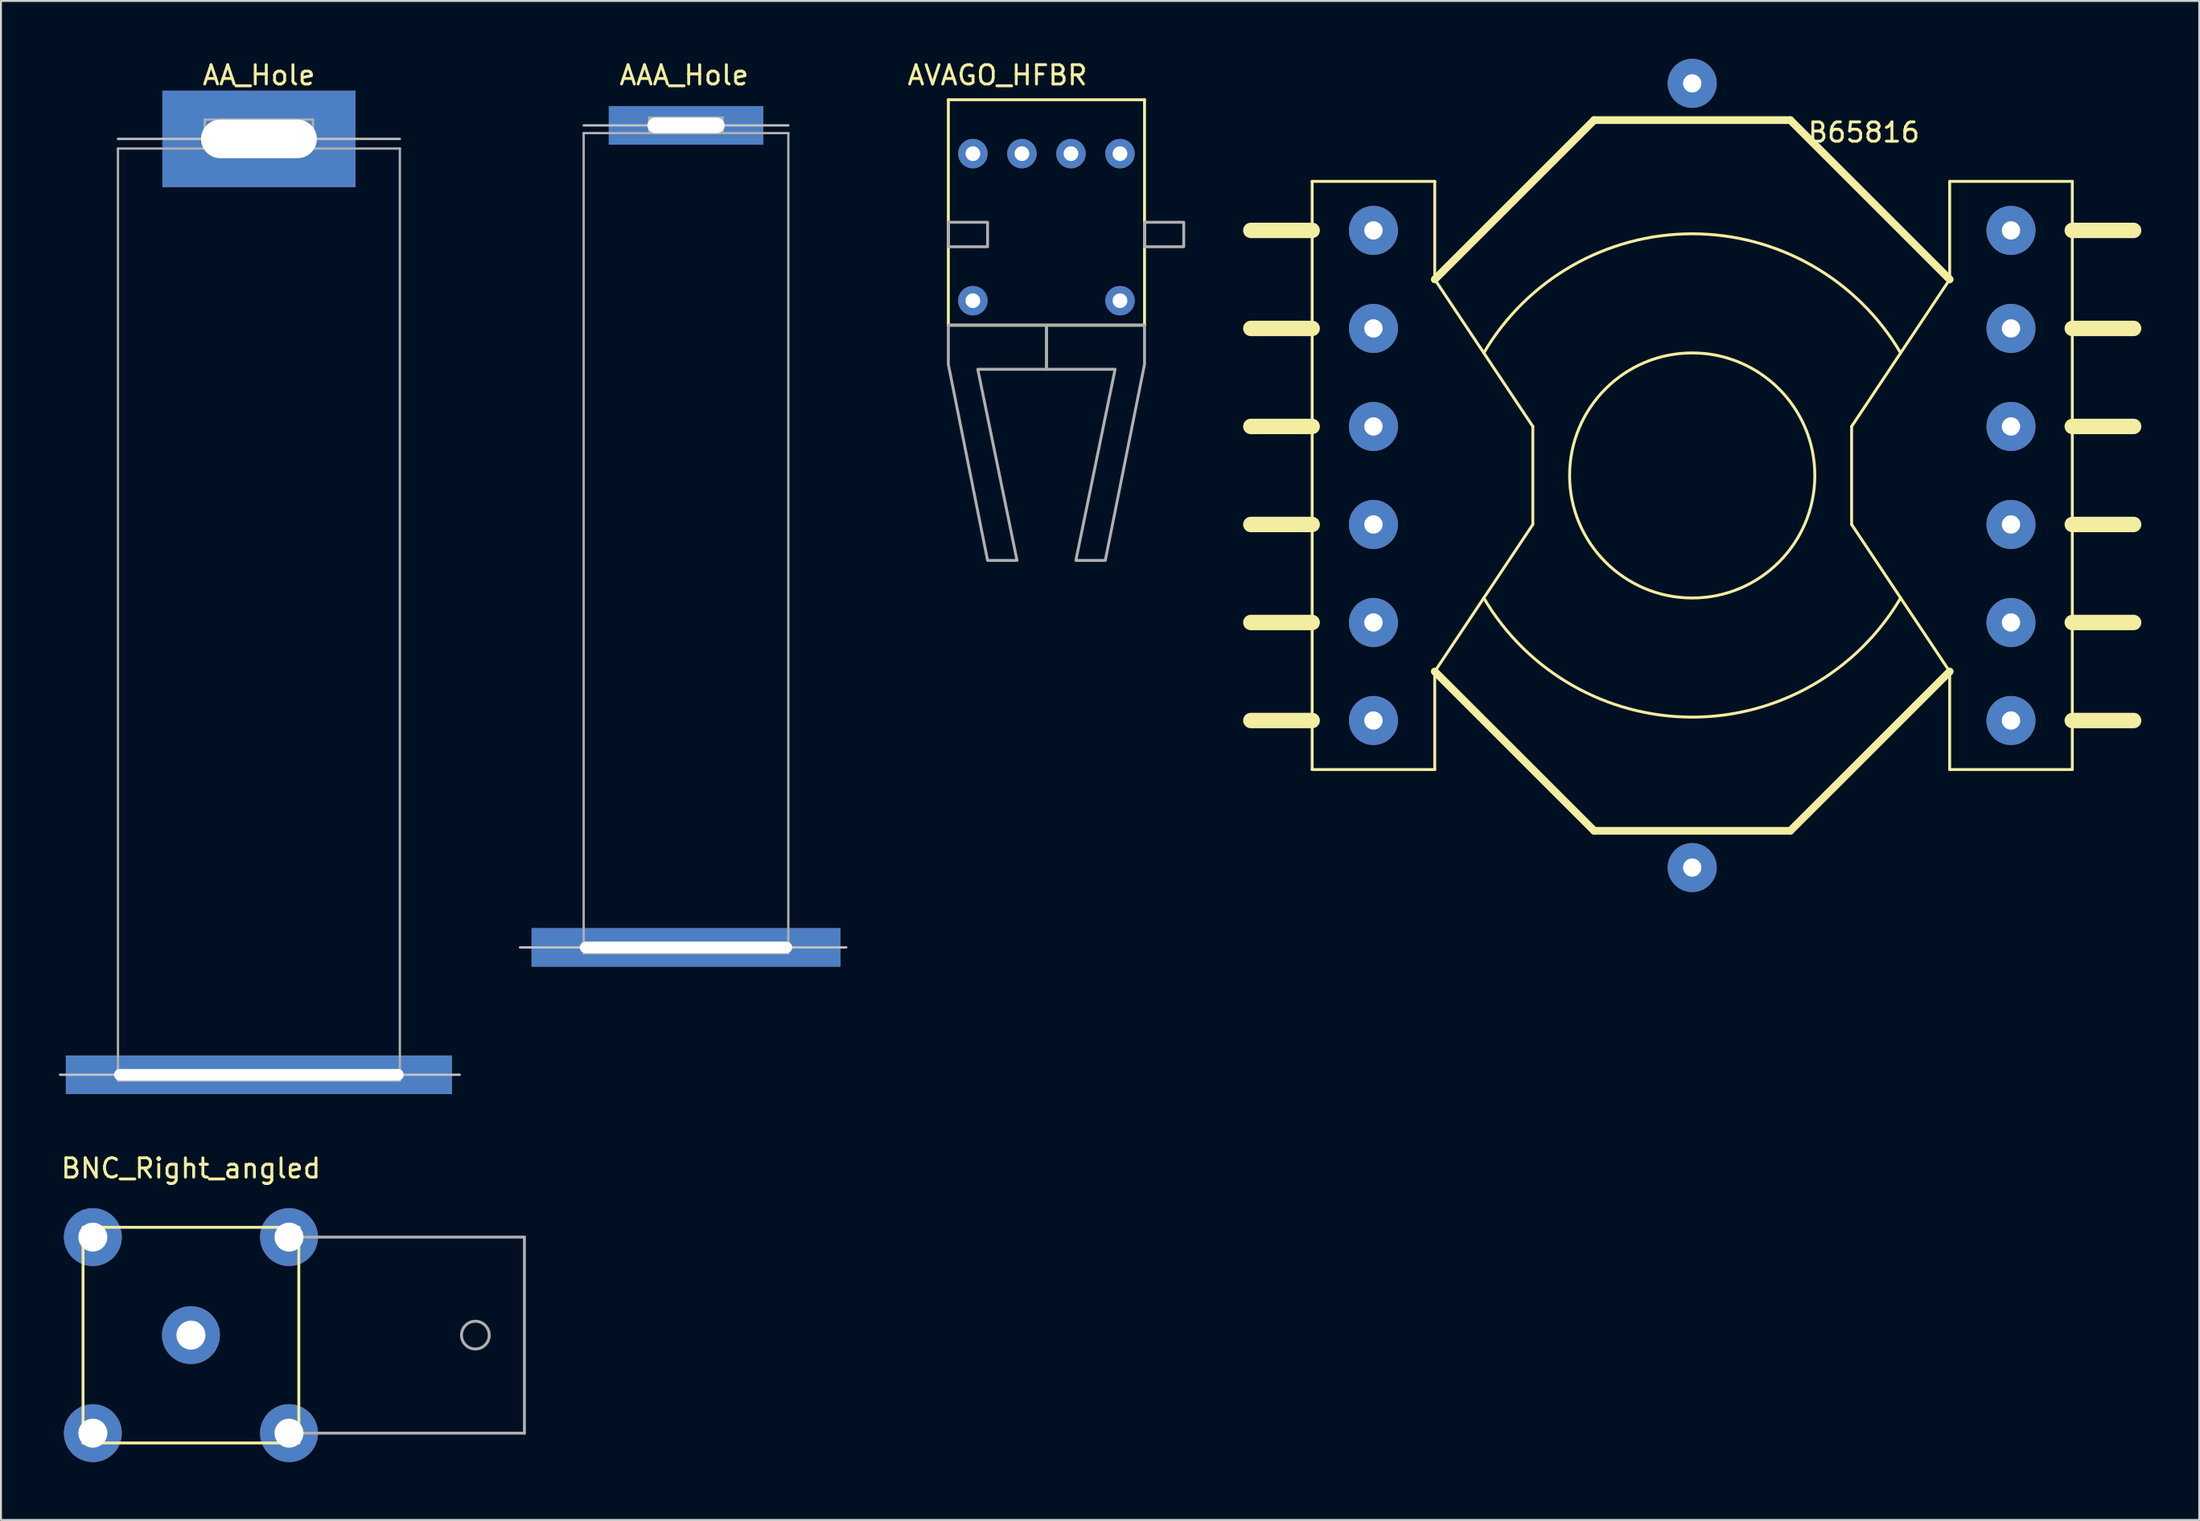
<source format=kicad_pcb>
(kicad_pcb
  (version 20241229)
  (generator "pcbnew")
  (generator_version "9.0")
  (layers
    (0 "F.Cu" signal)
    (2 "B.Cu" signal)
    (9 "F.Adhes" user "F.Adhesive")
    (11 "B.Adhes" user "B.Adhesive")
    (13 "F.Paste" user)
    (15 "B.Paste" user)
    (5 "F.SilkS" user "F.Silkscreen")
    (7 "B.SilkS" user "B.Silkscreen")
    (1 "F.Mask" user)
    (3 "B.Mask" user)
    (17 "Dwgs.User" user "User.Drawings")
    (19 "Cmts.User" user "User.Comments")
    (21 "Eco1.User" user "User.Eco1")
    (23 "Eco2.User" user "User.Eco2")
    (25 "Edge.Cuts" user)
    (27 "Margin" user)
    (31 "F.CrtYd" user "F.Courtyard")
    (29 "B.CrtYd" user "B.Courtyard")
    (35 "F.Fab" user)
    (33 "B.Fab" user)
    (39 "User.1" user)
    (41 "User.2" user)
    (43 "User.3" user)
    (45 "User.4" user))
  (footprint "AA_Hole"
    (layer "F.Cu")
    (at 10.36 4.148)
    (property "Reference" "AA_Hole" (at 0 -3.3 0) (layer "F.SilkS") (effects (font (size 1 1) (thickness 0.15))))
    (attr through_hole)
    (fp_line (start 7.3 0) (end -7.3 0) (stroke (width 0.12) (type solid)) (layer "Dwgs.User"))
    (fp_line (start 10.4 48.5) (end -10.3 48.5) (stroke (width 0.12) (type solid)) (layer "Dwgs.User"))
    (fp_line (start -7.3 0.5) (end 7.3 0.5) (stroke (width 0.12) (type solid)) (layer "F.Fab"))
    (fp_line (start -7.3 48.8) (end -7.3 0.5) (stroke (width 0.12) (type solid)) (layer "F.Fab"))
    (fp_line (start -2.8 -1) (end -2.8 0.5) (stroke (width 0.12) (type solid)) (layer "F.Fab"))
    (fp_line (start -2.8 -1) (end 2.8 -1) (stroke (width 0.12) (type solid)) (layer "F.Fab"))
    (fp_line (start 2.8 0.5) (end 2.8 -1) (stroke (width 0.12) (type solid)) (layer "F.Fab"))
    (fp_line (start 7.3 0.5) (end 7.3 48.8) (stroke (width 0.12) (type solid)) (layer "F.Fab"))
    (fp_line (start 7.3 48.8) (end -7.3 48.8) (stroke (width 0.12) (type solid)) (layer "F.Fab"))
    (pad "1" thru_hole rect (at 0 0) (size 10 5) (drill oval 6 2) (layers "*.Cu" "F.Mask"))
    (pad "2" thru_hole rect (at 0 48.5) (size 20 2) (drill oval 15 0.6) (layers "*.Cu")))
  (footprint "B65816"
    (layer "F.Cu")
    (at 84.595 21.59)
    (property "Reference" "B65816" (at 8.89 -17.78 0) (layer "F.SilkS") (effects (font (size 1 1) (thickness 0.15))))
    (attr through_hole)
    (fp_line (start -19.685 -15.24) (end -13.335 -15.24) (stroke (width 0.15) (type solid)) (layer "F.SilkS"))
    (fp_line (start -19.685 -12.7) (end -22.86 -12.7) (stroke (width 0.8) (type solid)) (layer "F.SilkS"))
    (fp_line (start -19.685 -7.62) (end -22.86 -7.62) (stroke (width 0.8) (type solid)) (layer "F.SilkS"))
    (fp_line (start -19.685 -2.54) (end -22.86 -2.54) (stroke (width 0.8) (type solid)) (layer "F.SilkS"))
    (fp_line (start -19.685 2.54) (end -22.86 2.54) (stroke (width 0.8) (type solid)) (layer "F.SilkS"))
    (fp_line (start -19.685 7.62) (end -22.86 7.62) (stroke (width 0.8) (type solid)) (layer "F.SilkS"))
    (fp_line (start -19.685 12.7) (end -22.86 12.7) (stroke (width 0.8) (type solid)) (layer "F.SilkS"))
    (fp_line (start -19.685 15.24) (end -19.685 -15.24) (stroke (width 0.15) (type solid)) (layer "F.SilkS"))
    (fp_line (start -13.335 -15.24) (end -13.335 -10.16) (stroke (width 0.15) (type solid)) (layer "F.SilkS"))
    (fp_line (start -13.335 -10.16) (end -8.255 -2.54) (stroke (width 0.15) (type solid)) (layer "F.SilkS"))
    (fp_line (start -13.335 -10.16) (end -5.08 -18.415) (stroke (width 0.4) (type solid)) (layer "F.SilkS"))
    (fp_line (start -13.335 10.16) (end -13.335 15.24) (stroke (width 0.15) (type solid)) (layer "F.SilkS"))
    (fp_line (start -13.335 15.24) (end -19.685 15.24) (stroke (width 0.15) (type solid)) (layer "F.SilkS"))
    (fp_line (start -8.255 -2.54) (end -8.255 2.54) (stroke (width 0.15) (type solid)) (layer "F.SilkS"))
    (fp_line (start -8.255 2.54) (end -13.335 10.16) (stroke (width 0.15) (type solid)) (layer "F.SilkS"))
    (fp_line (start -5.08 -18.415) (end 5.08 -18.415) (stroke (width 0.4) (type solid)) (layer "F.SilkS"))
    (fp_line (start -5.08 18.415) (end -13.335 10.16) (stroke (width 0.4) (type solid)) (layer "F.SilkS"))
    (fp_line (start 5.08 -18.415) (end 13.335 -10.16) (stroke (width 0.4) (type solid)) (layer "F.SilkS"))
    (fp_line (start 5.08 18.415) (end -5.08 18.415) (stroke (width 0.4) (type solid)) (layer "F.SilkS"))
    (fp_line (start 8.255 -2.54) (end 13.335 -10.16) (stroke (width 0.15) (type solid)) (layer "F.SilkS"))
    (fp_line (start 8.255 2.54) (end 8.255 -2.54) (stroke (width 0.15) (type solid)) (layer "F.SilkS"))
    (fp_line (start 13.335 -15.24) (end 19.685 -15.24) (stroke (width 0.15) (type solid)) (layer "F.SilkS"))
    (fp_line (start 13.335 -10.16) (end 13.335 -15.24) (stroke (width 0.15) (type solid)) (layer "F.SilkS"))
    (fp_line (start 13.335 10.16) (end 5.08 18.415) (stroke (width 0.4) (type solid)) (layer "F.SilkS"))
    (fp_line (start 13.335 10.16) (end 8.255 2.54) (stroke (width 0.15) (type solid)) (layer "F.SilkS"))
    (fp_line (start 13.335 15.24) (end 13.335 10.16) (stroke (width 0.15) (type solid)) (layer "F.SilkS"))
    (fp_line (start 19.685 -15.24) (end 19.685 15.24) (stroke (width 0.15) (type solid)) (layer "F.SilkS"))
    (fp_line (start 19.685 -12.7) (end 22.86 -12.7) (stroke (width 0.8) (type solid)) (layer "F.SilkS"))
    (fp_line (start 19.685 -7.62) (end 22.86 -7.62) (stroke (width 0.8) (type solid)) (layer "F.SilkS"))
    (fp_line (start 19.685 -2.54) (end 22.86 -2.54) (stroke (width 0.8) (type solid)) (layer "F.SilkS"))
    (fp_line (start 19.685 2.54) (end 22.86 2.54) (stroke (width 0.8) (type solid)) (layer "F.SilkS"))
    (fp_line (start 19.685 7.62) (end 22.86 7.62) (stroke (width 0.8) (type solid)) (layer "F.SilkS"))
    (fp_line (start 19.685 12.7) (end 22.86 12.7) (stroke (width 0.8) (type solid)) (layer "F.SilkS"))
    (fp_line (start 19.685 15.24) (end 13.335 15.24) (stroke (width 0.15) (type solid)) (layer "F.SilkS"))
    (fp_arc (start -10.794999 -6.35) (mid 0 -12.524157) (end 10.794999 -6.349999) (stroke (width 0.15) (type solid)) (layer "F.SilkS"))
    (fp_arc (start 10.794999 6.35) (mid 0 12.524157) (end -10.794999 6.349999) (stroke (width 0.15) (type solid)) (layer "F.SilkS"))
    (fp_circle (center 0 0) (end 6.35 0) (stroke (width 0.15) (type solid)) (fill no) (layer "F.SilkS"))
    (pad "1" thru_hole circle (at 16.51 12.7) (size 2.54 2.54) (drill 0.95) (layers "*.Cu" "*.Mask"))
    (pad "2" thru_hole circle (at 16.51 7.62) (size 2.54 2.54) (drill 0.95) (layers "*.Cu" "*.Mask"))
    (pad "3" thru_hole circle (at 16.51 2.54) (size 2.54 2.54) (drill 0.95) (layers "*.Cu" "*.Mask"))
    (pad "4" thru_hole circle (at 16.51 -2.54) (size 2.54 2.54) (drill 0.95) (layers "*.Cu" "*.Mask"))
    (pad "5" thru_hole circle (at 16.51 -7.62) (size 2.54 2.54) (drill 0.95) (layers "*.Cu" "*.Mask"))
    (pad "6" thru_hole circle (at 16.51 -12.7) (size 2.54 2.54) (drill 0.95) (layers "*.Cu" "*.Mask"))
    (pad "7" thru_hole circle (at -16.51 -12.7) (size 2.54 2.54) (drill 0.95) (layers "*.Cu" "*.Mask"))
    (pad "8" thru_hole circle (at -16.51 -7.62) (size 2.54 2.54) (drill 0.95) (layers "*.Cu" "*.Mask"))
    (pad "9" thru_hole circle (at -16.51 -2.54) (size 2.54 2.54) (drill 0.95) (layers "*.Cu" "*.Mask"))
    (pad "10" thru_hole circle (at -16.51 2.54) (size 2.54 2.54) (drill 0.95) (layers "*.Cu" "*.Mask"))
    (pad "11" thru_hole circle (at -16.51 7.62) (size 2.54 2.54) (drill 0.95) (layers "*.Cu" "*.Mask"))
    (pad "12" thru_hole circle (at -16.51 12.7) (size 2.54 2.54) (drill 0.95) (layers "*.Cu" "*.Mask"))
    (pad "M" thru_hole circle (at 0 -20.32) (size 2.54 2.54) (drill 0.95) (layers "*.Cu" "*.Mask"))
    (pad "M" thru_hole circle (at 0 20.32) (size 2.54 2.54) (drill 0.95) (layers "*.Cu" "*.Mask")))
  (footprint "AVAGO_HFBR"
    (layer "F.Cu")
    (at 51.148 8.722)
    (property "Reference" "AVAGO_HFBR" (at -2.54 -7.874 0) (layer "F.SilkS") (effects (font (size 1 1) (thickness 0.15))))
    (attr through_hole)
    (fp_line (start -5.08 -6.604) (end -5.08 5.08) (stroke (width 0.15) (type solid)) (layer "F.SilkS"))
    (fp_line (start -5.08 5.08) (end 5.08 5.08) (stroke (width 0.15) (type solid)) (layer "F.SilkS"))
    (fp_line (start 5.08 -6.604) (end -5.08 -6.604) (stroke (width 0.15) (type solid)) (layer "F.SilkS"))
    (fp_line (start 5.08 5.08) (end 5.08 -6.604) (stroke (width 0.15) (type solid)) (layer "F.SilkS"))
    (fp_poly (pts (xy -5.08 -0.254) (xy -3.048 -0.254) (xy -3.048 1.016) (xy -5.08 1.016)) (stroke (width 0.15) (type solid)) (fill no) (layer "F.Fab"))
    (fp_poly (pts (xy 5.08 -0.254) (xy 7.112 -0.254) (xy 7.112 1.016) (xy 5.08 1.016)) (stroke (width 0.15) (type solid)) (fill no) (layer "F.Fab"))
    (fp_poly (pts (xy -5.08 5.08) (xy -5.08 7.112) (xy -3.048 17.272) (xy -1.524 17.272) (xy -3.556 7.366) (xy 0 7.366) (xy 0 5.08)) (stroke (width 0.15) (type solid)) (fill no) (layer "F.Fab"))
    (fp_poly (pts (xy 5.08 5.08) (xy 5.08 7.112) (xy 3.048 17.272) (xy 1.524 17.272) (xy 3.556 7.366) (xy 0 7.366) (xy 0 5.08)) (stroke (width 0.15) (type solid)) (fill no) (layer "F.Fab"))
    (pad "1" thru_hole circle (at 3.81 -3.81) (size 1.524 1.524) (drill 0.762) (layers "*.Cu" "*.Mask"))
    (pad "2" thru_hole circle (at 1.27 -3.81) (size 1.524 1.524) (drill 0.762) (layers "*.Cu" "*.Mask"))
    (pad "3" thru_hole circle (at -1.27 -3.81) (size 1.524 1.524) (drill 0.762) (layers "*.Cu" "*.Mask"))
    (pad "4" thru_hole circle (at -3.81 -3.81) (size 1.524 1.524) (drill 0.762) (layers "*.Cu" "*.Mask"))
    (pad "5" thru_hole circle (at -3.81 3.81) (size 1.524 1.524) (drill 0.762) (layers "*.Cu" "*.Mask"))
    (pad "8" thru_hole circle (at 3.81 3.81) (size 1.524 1.524) (drill 0.762) (layers "*.Cu" "*.Mask")))
  (footprint "AAA_Hole"
    (layer "F.Cu")
    (at 32.48 3.448)
    (property "Reference" "AAA_Hole" (at -0.1 -2.6 0) (layer "F.SilkS") (effects (font (size 1 1) (thickness 0.15))))
    (attr through_hole)
    (fp_line (start -5.3 0) (end 5.3 0) (stroke (width 0.12) (type solid)) (layer "Dwgs.User"))
    (fp_line (start 8.3 42.6) (end -8.6 42.6) (stroke (width 0.12) (type solid)) (layer "Dwgs.User"))
    (fp_line (start -5.3 0.4) (end 5.3 0.4) (stroke (width 0.12) (type solid)) (layer "F.Fab"))
    (fp_line (start -5.3 42.9) (end -5.3 0.4) (stroke (width 0.12) (type solid)) (layer "F.Fab"))
    (fp_line (start -1.9 -0.4) (end -1.9 0.4) (stroke (width 0.12) (type solid)) (layer "F.Fab"))
    (fp_line (start -1.9 -0.4) (end 1.9 -0.4) (stroke (width 0.12) (type solid)) (layer "F.Fab"))
    (fp_line (start 1.9 0.4) (end 1.9 -0.4) (stroke (width 0.12) (type solid)) (layer "F.Fab"))
    (fp_line (start 5.3 0.4) (end 5.3 42.9) (stroke (width 0.12) (type solid)) (layer "F.Fab"))
    (fp_line (start 5.3 42.9) (end -5.3 42.9) (stroke (width 0.12) (type solid)) (layer "F.Fab"))
    (pad "1" thru_hole rect (at 0 0) (size 8 2) (drill oval 4 0.8) (layers "*.Cu" "F.Mask"))
    (pad "2" thru_hole rect (at 0 42.6) (size 16 2) (drill oval 11 0.6) (layers "*.Cu")))
  (footprint "BNC_Right_angled"
    (layer "F.Cu")
    (at 6.839 66.141)
    (property "Reference" "BNC_Right_angled" (at 0 -8.644 0) (layer "F.SilkS") (effects (font (size 1 1) (thickness 0.15))))
    (attr through_hole)
    (fp_line (start -5.588 -5.588) (end 5.588 -5.588) (stroke (width 0.15) (type solid)) (layer "F.SilkS"))
    (fp_line (start -5.588 5.588) (end -5.588 -5.588) (stroke (width 0.15) (type solid)) (layer "F.SilkS"))
    (fp_line (start 5.588 -5.588) (end 5.588 5.588) (stroke (width 0.15) (type solid)) (layer "F.SilkS"))
    (fp_line (start 5.588 5.588) (end -5.588 5.588) (stroke (width 0.15) (type solid)) (layer "F.SilkS"))
    (fp_line (start 5.588 -5.08) (end 17.272 -5.08) (stroke (width 0.15) (type solid)) (layer "F.Fab"))
    (fp_line (start 17.272 -5.08) (end 17.272 5.08) (stroke (width 0.15) (type solid)) (layer "F.Fab"))
    (fp_line (start 17.272 5.08) (end 5.588 5.08) (stroke (width 0.15) (type solid)) (layer "F.Fab"))
    (fp_circle (center 14.732 0) (end 15.24 -0.508) (stroke (width 0.15) (type solid)) (fill no) (layer "F.Fab"))
    (pad "1" thru_hole circle (at 0 0) (size 3 3) (drill 1.5) (layers "*.Cu" "*.Mask"))
    (pad "2" thru_hole circle (at -5.08 -5.08) (size 3 3) (drill 1.5) (layers "*.Cu" "*.Mask"))
    (pad "2" thru_hole circle (at -5.08 5.08) (size 3 3) (drill 1.5) (layers "*.Cu" "*.Mask"))
    (pad "2" thru_hole circle (at 5.08 -5.08) (size 3 3) (drill 1.5) (layers "*.Cu" "*.Mask"))
    (pad "2" thru_hole circle (at 5.08 5.08) (size 3 3) (drill 1.5) (layers "*.Cu" "*.Mask")))
  (gr_rect
    (start -3 -3)
    (end 110.855 75.721)
    (stroke (width 0.1) (type default))
    (fill no)
    (layer "Edge.Cuts")))
</source>
